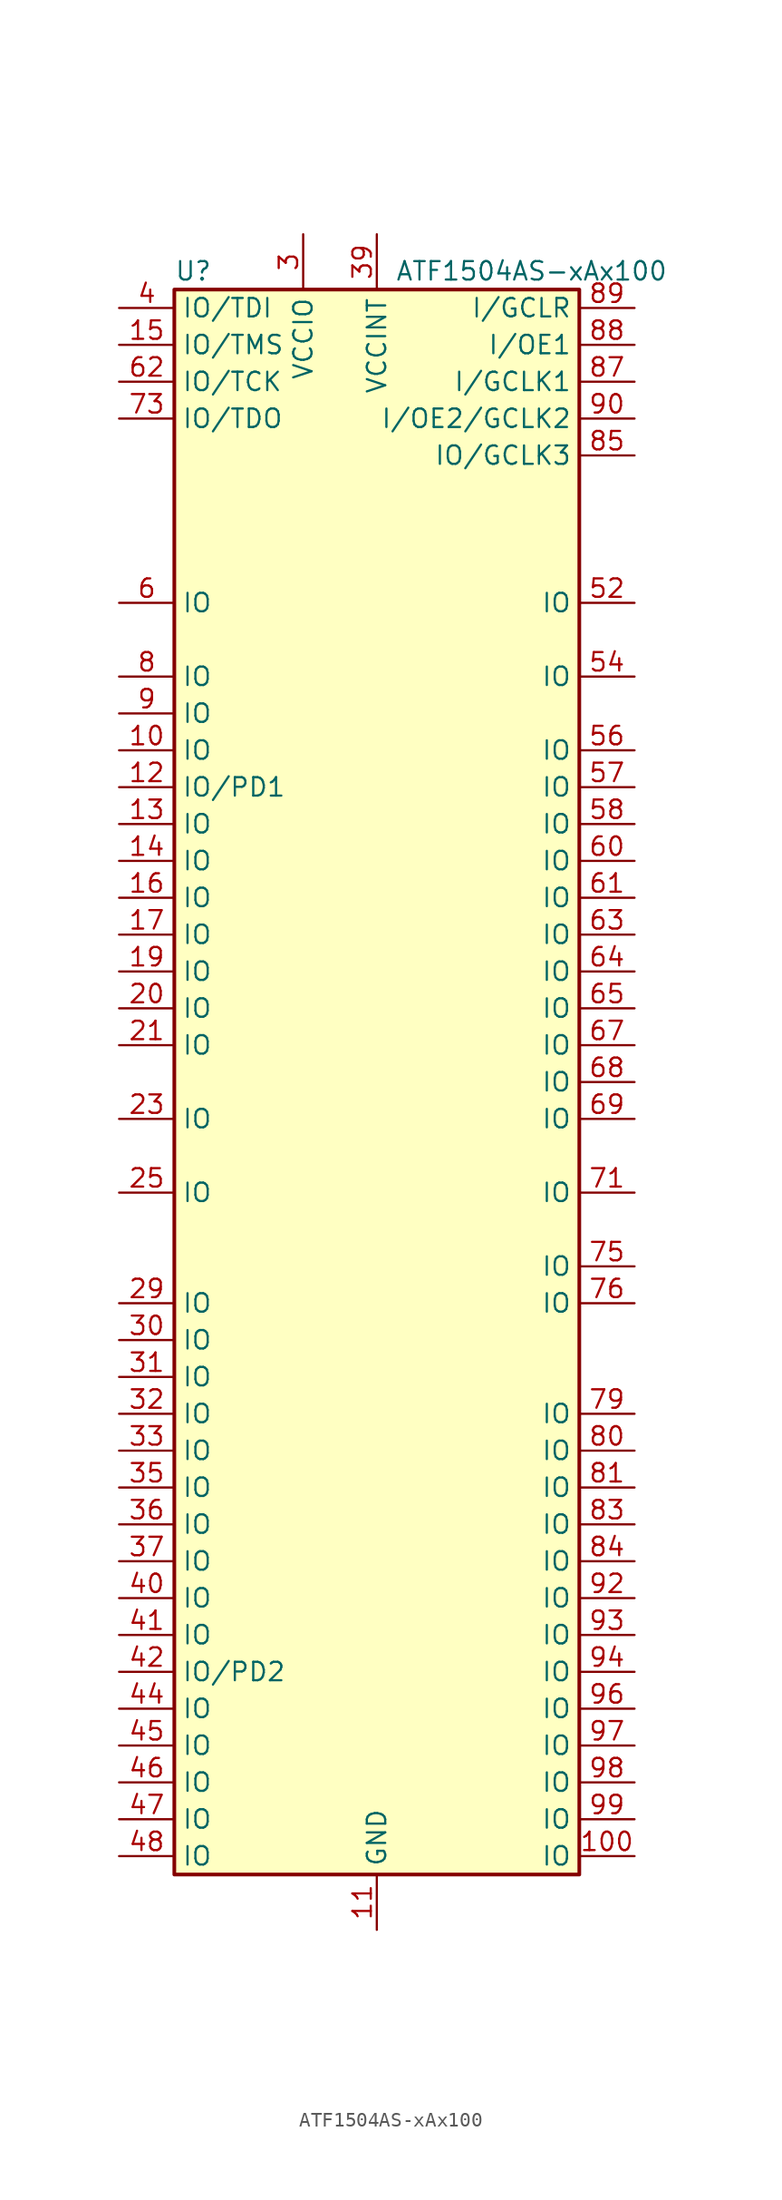
<source format=kicad_sym>
(kicad_symbol_lib
  (version 20220914)
  (generator kicad_symbol_editor)
  (symbol "ATF1504AS-xAx100"
    (property "Reference" "U"
      (at -13.97 55.88 0)
      (effects (font (size 1.27 1.27)) (justify left)))
    (property "Value" "ATF1504AS-xAx100"
      (at 1.27 55.88 0)
      (effects (font (size 1.27 1.27)) (justify left)))
    (symbol "ATF1504AS-xAx100_0_1"
      (rectangle (start -13.97 54.61) (end 13.97 -54.61) (stroke (width 0.254) (type default)) (fill (type background))))
    (symbol "ATF1504AS-xAx100_1_1"
      (pin no_connect line (at -12.7 40.64 0) (length 3.81) hide (name "NC" (effects (font (size 1.27 1.27)))) (number "1" (effects (font (size 1.27 1.27)))))
      (pin bidirectional line (at -17.78 22.86 0) (length 3.81) (name "IO" (effects (font (size 1.27 1.27)))) (number "10" (effects (font (size 1.27 1.27)))))
      (pin bidirectional line (at 17.78 -53.34 180) (length 3.81) (name "IO" (effects (font (size 1.27 1.27)))) (number "100" (effects (font (size 1.27 1.27)))))
      (pin power_in line (at 0 -58.42 90) (length 3.81) (name "GND" (effects (font (size 1.27 1.27)))) (number "11" (effects (font (size 1.27 1.27)))))
      (pin bidirectional line (at -17.78 20.32 0) (length 3.81) (name "IO/PD1" (effects (font (size 1.27 1.27)))) (number "12" (effects (font (size 1.27 1.27)))))
      (pin bidirectional line (at -17.78 17.78 0) (length 3.81) (name "IO" (effects (font (size 1.27 1.27)))) (number "13" (effects (font (size 1.27 1.27)))))
      (pin bidirectional line (at -17.78 15.24 0) (length 3.81) (name "IO" (effects (font (size 1.27 1.27)))) (number "14" (effects (font (size 1.27 1.27)))))
      (pin bidirectional line (at -17.78 50.8 0) (length 3.81) (name "IO/TMS" (effects (font (size 1.27 1.27)))) (number "15" (effects (font (size 1.27 1.27)))))
      (pin bidirectional line (at -17.78 12.7 0) (length 3.81) (name "IO" (effects (font (size 1.27 1.27)))) (number "16" (effects (font (size 1.27 1.27)))))
      (pin bidirectional line (at -17.78 10.16 0) (length 3.81) (name "IO" (effects (font (size 1.27 1.27)))) (number "17" (effects (font (size 1.27 1.27)))))
      (pin passive line (at -5.08 58.42 270) (length 3.81) hide (name "VCCIO" (effects (font (size 1.27 1.27)))) (number "18" (effects (font (size 1.27 1.27)))))
      (pin bidirectional line (at -17.78 7.62 0) (length 3.81) (name "IO" (effects (font (size 1.27 1.27)))) (number "19" (effects (font (size 1.27 1.27)))))
      (pin no_connect line (at -12.7 38.1 0) (length 3.81) hide (name "NC" (effects (font (size 1.27 1.27)))) (number "2" (effects (font (size 1.27 1.27)))))
      (pin bidirectional line (at -17.78 5.08 0) (length 3.81) (name "IO" (effects (font (size 1.27 1.27)))) (number "20" (effects (font (size 1.27 1.27)))))
      (pin bidirectional line (at -17.78 2.54 0) (length 3.81) (name "IO" (effects (font (size 1.27 1.27)))) (number "21" (effects (font (size 1.27 1.27)))))
      (pin no_connect line (at -12.7 0 0) (length 3.81) hide (name "NC" (effects (font (size 1.27 1.27)))) (number "22" (effects (font (size 1.27 1.27)))))
      (pin bidirectional line (at -17.78 -2.54 0) (length 3.81) (name "IO" (effects (font (size 1.27 1.27)))) (number "23" (effects (font (size 1.27 1.27)))))
      (pin no_connect line (at -12.7 -5.08 0) (length 3.81) hide (name "NC" (effects (font (size 1.27 1.27)))) (number "24" (effects (font (size 1.27 1.27)))))
      (pin bidirectional line (at -17.78 -7.62 0) (length 3.81) (name "IO" (effects (font (size 1.27 1.27)))) (number "25" (effects (font (size 1.27 1.27)))))
      (pin passive line (at 0 -58.42 90) (length 3.81) hide (name "GND" (effects (font (size 1.27 1.27)))) (number "26" (effects (font (size 1.27 1.27)))))
      (pin no_connect line (at -12.7 -10.16 0) (length 3.81) hide (name "NC" (effects (font (size 1.27 1.27)))) (number "27" (effects (font (size 1.27 1.27)))))
      (pin no_connect line (at -12.7 -12.7 0) (length 3.81) hide (name "NC" (effects (font (size 1.27 1.27)))) (number "28" (effects (font (size 1.27 1.27)))))
      (pin bidirectional line (at -17.78 -15.24 0) (length 3.81) (name "IO" (effects (font (size 1.27 1.27)))) (number "29" (effects (font (size 1.27 1.27)))))
      (pin power_in line (at -5.08 58.42 270) (length 3.81) (name "VCCIO" (effects (font (size 1.27 1.27)))) (number "3" (effects (font (size 1.27 1.27)))))
      (pin bidirectional line (at -17.78 -17.78 0) (length 3.81) (name "IO" (effects (font (size 1.27 1.27)))) (number "30" (effects (font (size 1.27 1.27)))))
      (pin bidirectional line (at -17.78 -20.32 0) (length 3.81) (name "IO" (effects (font (size 1.27 1.27)))) (number "31" (effects (font (size 1.27 1.27)))))
      (pin bidirectional line (at -17.78 -22.86 0) (length 3.81) (name "IO" (effects (font (size 1.27 1.27)))) (number "32" (effects (font (size 1.27 1.27)))))
      (pin bidirectional line (at -17.78 -25.4 0) (length 3.81) (name "IO" (effects (font (size 1.27 1.27)))) (number "33" (effects (font (size 1.27 1.27)))))
      (pin passive line (at -5.08 58.42 270) (length 3.81) hide (name "VCCIO" (effects (font (size 1.27 1.27)))) (number "34" (effects (font (size 1.27 1.27)))))
      (pin bidirectional line (at -17.78 -27.94 0) (length 3.81) (name "IO" (effects (font (size 1.27 1.27)))) (number "35" (effects (font (size 1.27 1.27)))))
      (pin bidirectional line (at -17.78 -30.48 0) (length 3.81) (name "IO" (effects (font (size 1.27 1.27)))) (number "36" (effects (font (size 1.27 1.27)))))
      (pin bidirectional line (at -17.78 -33.02 0) (length 3.81) (name "IO" (effects (font (size 1.27 1.27)))) (number "37" (effects (font (size 1.27 1.27)))))
      (pin passive line (at 0 -58.42 90) (length 3.81) hide (name "GND" (effects (font (size 1.27 1.27)))) (number "38" (effects (font (size 1.27 1.27)))))
      (pin power_in line (at 0 58.42 270) (length 3.81) (name "VCCINT" (effects (font (size 1.27 1.27)))) (number "39" (effects (font (size 1.27 1.27)))))
      (pin bidirectional line (at -17.78 53.34 0) (length 3.81) (name "IO/TDI" (effects (font (size 1.27 1.27)))) (number "4" (effects (font (size 1.27 1.27)))))
      (pin bidirectional line (at -17.78 -35.56 0) (length 3.81) (name "IO" (effects (font (size 1.27 1.27)))) (number "40" (effects (font (size 1.27 1.27)))))
      (pin bidirectional line (at -17.78 -38.1 0) (length 3.81) (name "IO" (effects (font (size 1.27 1.27)))) (number "41" (effects (font (size 1.27 1.27)))))
      (pin bidirectional line (at -17.78 -40.64 0) (length 3.81) (name "IO/PD2" (effects (font (size 1.27 1.27)))) (number "42" (effects (font (size 1.27 1.27)))))
      (pin passive line (at 0 -58.42 90) (length 3.81) hide (name "GND" (effects (font (size 1.27 1.27)))) (number "43" (effects (font (size 1.27 1.27)))))
      (pin bidirectional line (at -17.78 -43.18 0) (length 3.81) (name "IO" (effects (font (size 1.27 1.27)))) (number "44" (effects (font (size 1.27 1.27)))))
      (pin bidirectional line (at -17.78 -45.72 0) (length 3.81) (name "IO" (effects (font (size 1.27 1.27)))) (number "45" (effects (font (size 1.27 1.27)))))
      (pin bidirectional line (at -17.78 -48.26 0) (length 3.81) (name "IO" (effects (font (size 1.27 1.27)))) (number "46" (effects (font (size 1.27 1.27)))))
      (pin bidirectional line (at -17.78 -50.8 0) (length 3.81) (name "IO" (effects (font (size 1.27 1.27)))) (number "47" (effects (font (size 1.27 1.27)))))
      (pin bidirectional line (at -17.78 -53.34 0) (length 3.81) (name "IO" (effects (font (size 1.27 1.27)))) (number "48" (effects (font (size 1.27 1.27)))))
      (pin no_connect line (at 12.7 38.1 180) (length 3.81) hide (name "NC" (effects (font (size 1.27 1.27)))) (number "49" (effects (font (size 1.27 1.27)))))
      (pin no_connect line (at -12.7 35.56 0) (length 3.81) hide (name "NC" (effects (font (size 1.27 1.27)))) (number "5" (effects (font (size 1.27 1.27)))))
      (pin no_connect line (at 12.7 35.56 180) (length 3.81) hide (name "NC" (effects (font (size 1.27 1.27)))) (number "50" (effects (font (size 1.27 1.27)))))
      (pin passive line (at -5.08 58.42 270) (length 3.81) hide (name "VCCIO" (effects (font (size 1.27 1.27)))) (number "51" (effects (font (size 1.27 1.27)))))
      (pin bidirectional line (at 17.78 33.02 180) (length 3.81) (name "IO" (effects (font (size 1.27 1.27)))) (number "52" (effects (font (size 1.27 1.27)))))
      (pin no_connect line (at 12.7 30.48 180) (length 3.81) hide (name "NC" (effects (font (size 1.27 1.27)))) (number "53" (effects (font (size 1.27 1.27)))))
      (pin bidirectional line (at 17.78 27.94 180) (length 3.81) (name "IO" (effects (font (size 1.27 1.27)))) (number "54" (effects (font (size 1.27 1.27)))))
      (pin no_connect line (at 12.7 25.4 180) (length 3.81) hide (name "NC" (effects (font (size 1.27 1.27)))) (number "55" (effects (font (size 1.27 1.27)))))
      (pin bidirectional line (at 17.78 22.86 180) (length 3.81) (name "IO" (effects (font (size 1.27 1.27)))) (number "56" (effects (font (size 1.27 1.27)))))
      (pin bidirectional line (at 17.78 20.32 180) (length 3.81) (name "IO" (effects (font (size 1.27 1.27)))) (number "57" (effects (font (size 1.27 1.27)))))
      (pin bidirectional line (at 17.78 17.78 180) (length 3.81) (name "IO" (effects (font (size 1.27 1.27)))) (number "58" (effects (font (size 1.27 1.27)))))
      (pin passive line (at 0 -58.42 90) (length 3.81) hide (name "GND" (effects (font (size 1.27 1.27)))) (number "59" (effects (font (size 1.27 1.27)))))
      (pin bidirectional line (at -17.78 33.02 0) (length 3.81) (name "IO" (effects (font (size 1.27 1.27)))) (number "6" (effects (font (size 1.27 1.27)))))
      (pin bidirectional line (at 17.78 15.24 180) (length 3.81) (name "IO" (effects (font (size 1.27 1.27)))) (number "60" (effects (font (size 1.27 1.27)))))
      (pin bidirectional line (at 17.78 12.7 180) (length 3.81) (name "IO" (effects (font (size 1.27 1.27)))) (number "61" (effects (font (size 1.27 1.27)))))
      (pin bidirectional line (at -17.78 48.26 0) (length 3.81) (name "IO/TCK" (effects (font (size 1.27 1.27)))) (number "62" (effects (font (size 1.27 1.27)))))
      (pin bidirectional line (at 17.78 10.16 180) (length 3.81) (name "IO" (effects (font (size 1.27 1.27)))) (number "63" (effects (font (size 1.27 1.27)))))
      (pin bidirectional line (at 17.78 7.62 180) (length 3.81) (name "IO" (effects (font (size 1.27 1.27)))) (number "64" (effects (font (size 1.27 1.27)))))
      (pin bidirectional line (at 17.78 5.08 180) (length 3.81) (name "IO" (effects (font (size 1.27 1.27)))) (number "65" (effects (font (size 1.27 1.27)))))
      (pin passive line (at -5.08 58.42 270) (length 3.81) hide (name "VCCIO" (effects (font (size 1.27 1.27)))) (number "66" (effects (font (size 1.27 1.27)))))
      (pin bidirectional line (at 17.78 2.54 180) (length 3.81) (name "IO" (effects (font (size 1.27 1.27)))) (number "67" (effects (font (size 1.27 1.27)))))
      (pin bidirectional line (at 17.78 0 180) (length 3.81) (name "IO" (effects (font (size 1.27 1.27)))) (number "68" (effects (font (size 1.27 1.27)))))
      (pin bidirectional line (at 17.78 -2.54 180) (length 3.81) (name "IO" (effects (font (size 1.27 1.27)))) (number "69" (effects (font (size 1.27 1.27)))))
      (pin no_connect line (at -12.7 30.48 0) (length 3.81) hide (name "NC" (effects (font (size 1.27 1.27)))) (number "7" (effects (font (size 1.27 1.27)))))
      (pin no_connect line (at 12.7 -5.08 180) (length 3.81) hide (name "NC" (effects (font (size 1.27 1.27)))) (number "70" (effects (font (size 1.27 1.27)))))
      (pin bidirectional line (at 17.78 -7.62 180) (length 3.81) (name "IO" (effects (font (size 1.27 1.27)))) (number "71" (effects (font (size 1.27 1.27)))))
      (pin no_connect line (at 12.7 -10.16 180) (length 3.81) hide (name "NC" (effects (font (size 1.27 1.27)))) (number "72" (effects (font (size 1.27 1.27)))))
      (pin bidirectional line (at -17.78 45.72 0) (length 3.81) (name "IO/TDO" (effects (font (size 1.27 1.27)))) (number "73" (effects (font (size 1.27 1.27)))))
      (pin passive line (at 0 -58.42 90) (length 3.81) hide (name "GND" (effects (font (size 1.27 1.27)))) (number "74" (effects (font (size 1.27 1.27)))))
      (pin bidirectional line (at 17.78 -12.7 180) (length 3.81) (name "IO" (effects (font (size 1.27 1.27)))) (number "75" (effects (font (size 1.27 1.27)))))
      (pin bidirectional line (at 17.78 -15.24 180) (length 3.81) (name "IO" (effects (font (size 1.27 1.27)))) (number "76" (effects (font (size 1.27 1.27)))))
      (pin no_connect line (at 12.7 -17.78 180) (length 3.81) hide (name "NC" (effects (font (size 1.27 1.27)))) (number "77" (effects (font (size 1.27 1.27)))))
      (pin no_connect line (at 12.7 -20.32 180) (length 3.81) hide (name "NC" (effects (font (size 1.27 1.27)))) (number "78" (effects (font (size 1.27 1.27)))))
      (pin bidirectional line (at 17.78 -22.86 180) (length 3.81) (name "IO" (effects (font (size 1.27 1.27)))) (number "79" (effects (font (size 1.27 1.27)))))
      (pin bidirectional line (at -17.78 27.94 0) (length 3.81) (name "IO" (effects (font (size 1.27 1.27)))) (number "8" (effects (font (size 1.27 1.27)))))
      (pin bidirectional line (at 17.78 -25.4 180) (length 3.81) (name "IO" (effects (font (size 1.27 1.27)))) (number "80" (effects (font (size 1.27 1.27)))))
      (pin bidirectional line (at 17.78 -27.94 180) (length 3.81) (name "IO" (effects (font (size 1.27 1.27)))) (number "81" (effects (font (size 1.27 1.27)))))
      (pin passive line (at -5.08 58.42 270) (length 3.81) hide (name "VCCIO" (effects (font (size 1.27 1.27)))) (number "82" (effects (font (size 1.27 1.27)))))
      (pin bidirectional line (at 17.78 -30.48 180) (length 3.81) (name "IO" (effects (font (size 1.27 1.27)))) (number "83" (effects (font (size 1.27 1.27)))))
      (pin bidirectional line (at 17.78 -33.02 180) (length 3.81) (name "IO" (effects (font (size 1.27 1.27)))) (number "84" (effects (font (size 1.27 1.27)))))
      (pin bidirectional line (at 17.78 43.18 180) (length 3.81) (name "IO/GCLK3" (effects (font (size 1.27 1.27)))) (number "85" (effects (font (size 1.27 1.27)))))
      (pin passive line (at 0 -58.42 90) (length 3.81) hide (name "GND" (effects (font (size 1.27 1.27)))) (number "86" (effects (font (size 1.27 1.27)))))
      (pin input line (at 17.78 48.26 180) (length 3.81) (name "I/GCLK1" (effects (font (size 1.27 1.27)))) (number "87" (effects (font (size 1.27 1.27)))))
      (pin input line (at 17.78 50.8 180) (length 3.81) (name "I/OE1" (effects (font (size 1.27 1.27)))) (number "88" (effects (font (size 1.27 1.27)))))
      (pin input line (at 17.78 53.34 180) (length 3.81) (name "I/GCLR" (effects (font (size 1.27 1.27)))) (number "89" (effects (font (size 1.27 1.27)))))
      (pin bidirectional line (at -17.78 25.4 0) (length 3.81) (name "IO" (effects (font (size 1.27 1.27)))) (number "9" (effects (font (size 1.27 1.27)))))
      (pin input line (at 17.78 45.72 180) (length 3.81) (name "I/OE2/GCLK2" (effects (font (size 1.27 1.27)))) (number "90" (effects (font (size 1.27 1.27)))))
      (pin passive line (at 0 58.42 270) (length 3.81) hide (name "VCCINT" (effects (font (size 1.27 1.27)))) (number "91" (effects (font (size 1.27 1.27)))))
      (pin bidirectional line (at 17.78 -35.56 180) (length 3.81) (name "IO" (effects (font (size 1.27 1.27)))) (number "92" (effects (font (size 1.27 1.27)))))
      (pin bidirectional line (at 17.78 -38.1 180) (length 3.81) (name "IO" (effects (font (size 1.27 1.27)))) (number "93" (effects (font (size 1.27 1.27)))))
      (pin bidirectional line (at 17.78 -40.64 180) (length 3.81) (name "IO" (effects (font (size 1.27 1.27)))) (number "94" (effects (font (size 1.27 1.27)))))
      (pin passive line (at 0 -58.42 90) (length 3.81) hide (name "GND" (effects (font (size 1.27 1.27)))) (number "95" (effects (font (size 1.27 1.27)))))
      (pin bidirectional line (at 17.78 -43.18 180) (length 3.81) (name "IO" (effects (font (size 1.27 1.27)))) (number "96" (effects (font (size 1.27 1.27)))))
      (pin bidirectional line (at 17.78 -45.72 180) (length 3.81) (name "IO" (effects (font (size 1.27 1.27)))) (number "97" (effects (font (size 1.27 1.27)))))
      (pin bidirectional line (at 17.78 -48.26 180) (length 3.81) (name "IO" (effects (font (size 1.27 1.27)))) (number "98" (effects (font (size 1.27 1.27)))))
      (pin bidirectional line (at 17.78 -50.8 180) (length 3.81) (name "IO" (effects (font (size 1.27 1.27)))) (number "99" (effects (font (size 1.27 1.27))))))))
</source>
